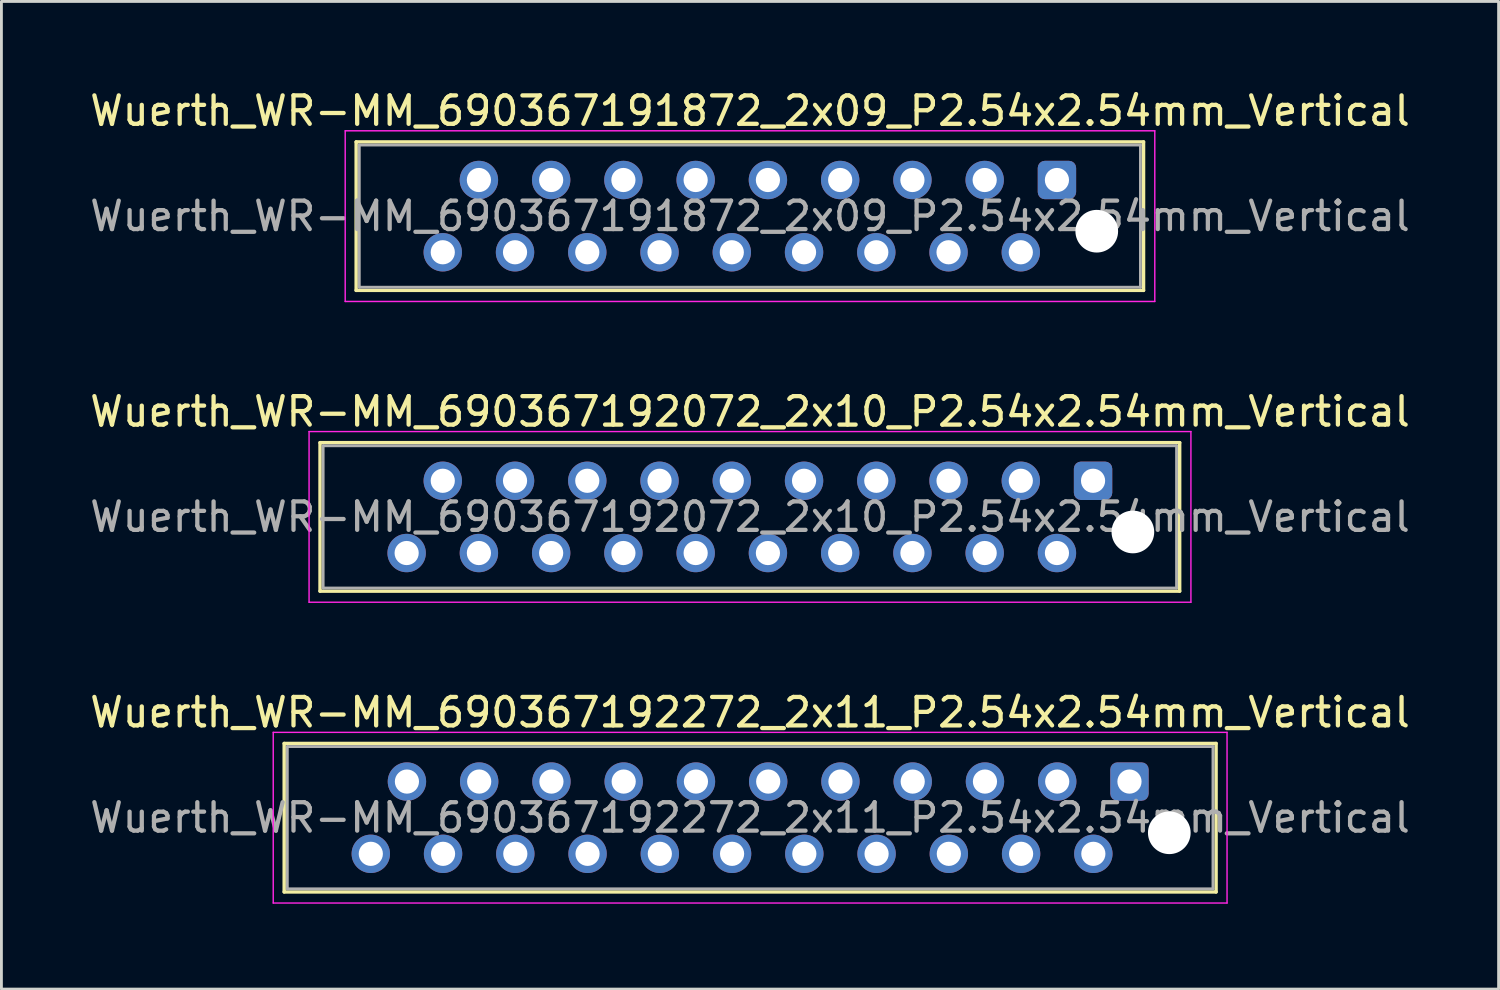
<source format=kicad_pcb>
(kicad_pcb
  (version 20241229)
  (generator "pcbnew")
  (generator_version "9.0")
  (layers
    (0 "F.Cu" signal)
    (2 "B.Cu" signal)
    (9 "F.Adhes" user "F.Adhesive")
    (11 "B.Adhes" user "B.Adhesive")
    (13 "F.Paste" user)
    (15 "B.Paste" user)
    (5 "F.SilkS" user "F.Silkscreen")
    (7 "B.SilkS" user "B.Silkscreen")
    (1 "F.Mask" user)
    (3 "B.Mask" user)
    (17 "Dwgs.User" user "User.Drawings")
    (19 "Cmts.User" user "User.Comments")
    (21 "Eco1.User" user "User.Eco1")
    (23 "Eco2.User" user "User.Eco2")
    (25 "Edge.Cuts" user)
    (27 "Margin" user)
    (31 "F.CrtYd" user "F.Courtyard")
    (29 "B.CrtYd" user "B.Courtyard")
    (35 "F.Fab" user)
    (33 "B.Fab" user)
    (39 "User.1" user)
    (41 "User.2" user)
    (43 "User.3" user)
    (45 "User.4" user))
  (footprint "Wuerth_WR-MM_690367191872_2x09_P2.54x2.54mm_Vertical"
    (layer "F.Cu")
    (at 34.105 3.278)
    (property "Reference" "Wuerth_WR-MM_690367191872_2x09_P2.54x2.54mm_Vertical" (at -10.79 -2.43 0) (layer "F.SilkS") (effects (font (size 1 1) (thickness 0.15))))
    (attr through_hole)
    (fp_line (start -24.635 -1.34) (end 3.045 -1.34) (stroke (width 0.12) (type solid)) (layer "F.SilkS"))
    (fp_line (start -24.635 3.88) (end -24.635 -1.34) (stroke (width 0.12) (type solid)) (layer "F.SilkS"))
    (fp_line (start 3.045 -1.34) (end 3.045 3.88) (stroke (width 0.12) (type solid)) (layer "F.SilkS"))
    (fp_line (start 3.045 3.88) (end -24.635 3.88) (stroke (width 0.12) (type solid)) (layer "F.SilkS"))
    (fp_line (start -25.02 -1.73) (end -25.02 4.27) (stroke (width 0.05) (type solid)) (layer "F.CrtYd"))
    (fp_line (start -25.02 4.27) (end 3.44 4.27) (stroke (width 0.05) (type solid)) (layer "F.CrtYd"))
    (fp_line (start 3.44 -1.73) (end -25.02 -1.73) (stroke (width 0.05) (type solid)) (layer "F.CrtYd"))
    (fp_line (start 3.44 4.27) (end 3.44 -1.73) (stroke (width 0.05) (type solid)) (layer "F.CrtYd"))
    (fp_line (start -24.525 -1.23) (end 2.935 -1.23) (stroke (width 0.1) (type solid)) (layer "F.Fab"))
    (fp_line (start -24.525 3.77) (end -24.525 -1.23) (stroke (width 0.1) (type solid)) (layer "F.Fab"))
    (fp_line (start 2.935 -1.23) (end 2.935 3.77) (stroke (width 0.1) (type solid)) (layer "F.Fab"))
    (fp_line (start 2.935 3.77) (end -24.525 3.77) (stroke (width 0.1) (type solid)) (layer "F.Fab"))
    (fp_text user "${REFERENCE}" (at -10.79 1.27 0) (layer "F.Fab") (effects (font (size 1 1) (thickness 0.15))))
    (pad "" np_thru_hole circle (at 1.4 1.8) (size 1.5 1.5) (drill 1.5) (layers "*.Cu" "*.Mask"))
    (pad "1" thru_hole roundrect (at 0 0) (size 1.35 1.35) (drill 0.85) (layers "*.Cu" "*.Mask") (roundrect_rratio 0.185))
    (pad "2" thru_hole circle (at -1.27 2.54) (size 1.35 1.35) (drill 0.85) (layers "*.Cu" "*.Mask"))
    (pad "3" thru_hole circle (at -2.54 0) (size 1.35 1.35) (drill 0.85) (layers "*.Cu" "*.Mask"))
    (pad "4" thru_hole circle (at -3.81 2.54) (size 1.35 1.35) (drill 0.85) (layers "*.Cu" "*.Mask"))
    (pad "5" thru_hole circle (at -5.08 0) (size 1.35 1.35) (drill 0.85) (layers "*.Cu" "*.Mask"))
    (pad "6" thru_hole circle (at -6.35 2.54) (size 1.35 1.35) (drill 0.85) (layers "*.Cu" "*.Mask"))
    (pad "7" thru_hole circle (at -7.62 0) (size 1.35 1.35) (drill 0.85) (layers "*.Cu" "*.Mask"))
    (pad "8" thru_hole circle (at -8.89 2.54) (size 1.35 1.35) (drill 0.85) (layers "*.Cu" "*.Mask"))
    (pad "9" thru_hole circle (at -10.16 0) (size 1.35 1.35) (drill 0.85) (layers "*.Cu" "*.Mask"))
    (pad "10" thru_hole circle (at -11.43 2.54) (size 1.35 1.35) (drill 0.85) (layers "*.Cu" "*.Mask"))
    (pad "11" thru_hole circle (at -12.7 0) (size 1.35 1.35) (drill 0.85) (layers "*.Cu" "*.Mask"))
    (pad "12" thru_hole circle (at -13.97 2.54) (size 1.35 1.35) (drill 0.85) (layers "*.Cu" "*.Mask"))
    (pad "13" thru_hole circle (at -15.24 0) (size 1.35 1.35) (drill 0.85) (layers "*.Cu" "*.Mask"))
    (pad "14" thru_hole circle (at -16.51 2.54) (size 1.35 1.35) (drill 0.85) (layers "*.Cu" "*.Mask"))
    (pad "15" thru_hole circle (at -17.78 0) (size 1.35 1.35) (drill 0.85) (layers "*.Cu" "*.Mask"))
    (pad "16" thru_hole circle (at -19.05 2.54) (size 1.35 1.35) (drill 0.85) (layers "*.Cu" "*.Mask"))
    (pad "17" thru_hole circle (at -20.32 0) (size 1.35 1.35) (drill 0.85) (layers "*.Cu" "*.Mask"))
    (pad "18" thru_hole circle (at -21.59 2.54) (size 1.35 1.35) (drill 0.85) (layers "*.Cu" "*.Mask")))
  (footprint "Wuerth_WR-MM_690367192272_2x11_P2.54x2.54mm_Vertical"
    (layer "F.Cu")
    (at 36.655 24.425)
    (property "Reference" "Wuerth_WR-MM_690367192272_2x11_P2.54x2.54mm_Vertical" (at -13.34 -2.43 0) (layer "F.SilkS") (effects (font (size 1 1) (thickness 0.15))))
    (attr through_hole)
    (fp_line (start -29.715 -1.34) (end 3.045 -1.34) (stroke (width 0.12) (type solid)) (layer "F.SilkS"))
    (fp_line (start -29.715 3.88) (end -29.715 -1.34) (stroke (width 0.12) (type solid)) (layer "F.SilkS"))
    (fp_line (start 3.045 -1.34) (end 3.045 3.88) (stroke (width 0.12) (type solid)) (layer "F.SilkS"))
    (fp_line (start 3.045 3.88) (end -29.715 3.88) (stroke (width 0.12) (type solid)) (layer "F.SilkS"))
    (fp_line (start -30.1 -1.73) (end -30.1 4.27) (stroke (width 0.05) (type solid)) (layer "F.CrtYd"))
    (fp_line (start -30.1 4.27) (end 3.43 4.27) (stroke (width 0.05) (type solid)) (layer "F.CrtYd"))
    (fp_line (start 3.43 -1.73) (end -30.1 -1.73) (stroke (width 0.05) (type solid)) (layer "F.CrtYd"))
    (fp_line (start 3.43 4.27) (end 3.43 -1.73) (stroke (width 0.05) (type solid)) (layer "F.CrtYd"))
    (fp_line (start -29.605 -1.23) (end 2.935 -1.23) (stroke (width 0.1) (type solid)) (layer "F.Fab"))
    (fp_line (start -29.605 3.77) (end -29.605 -1.23) (stroke (width 0.1) (type solid)) (layer "F.Fab"))
    (fp_line (start 2.935 -1.23) (end 2.935 3.77) (stroke (width 0.1) (type solid)) (layer "F.Fab"))
    (fp_line (start 2.935 3.77) (end -29.605 3.77) (stroke (width 0.1) (type solid)) (layer "F.Fab"))
    (fp_text user "${REFERENCE}" (at -13.34 1.27 0) (layer "F.Fab") (effects (font (size 1 1) (thickness 0.15))))
    (pad "" np_thru_hole circle (at 1.4 1.8) (size 1.5 1.5) (drill 1.5) (layers "*.Cu" "*.Mask"))
    (pad "1" thru_hole roundrect (at 0 0) (size 1.35 1.35) (drill 0.85) (layers "*.Cu" "*.Mask") (roundrect_rratio 0.185))
    (pad "2" thru_hole circle (at -1.27 2.54) (size 1.35 1.35) (drill 0.85) (layers "*.Cu" "*.Mask"))
    (pad "3" thru_hole circle (at -2.54 0) (size 1.35 1.35) (drill 0.85) (layers "*.Cu" "*.Mask"))
    (pad "4" thru_hole circle (at -3.81 2.54) (size 1.35 1.35) (drill 0.85) (layers "*.Cu" "*.Mask"))
    (pad "5" thru_hole circle (at -5.08 0) (size 1.35 1.35) (drill 0.85) (layers "*.Cu" "*.Mask"))
    (pad "6" thru_hole circle (at -6.35 2.54) (size 1.35 1.35) (drill 0.85) (layers "*.Cu" "*.Mask"))
    (pad "7" thru_hole circle (at -7.62 0) (size 1.35 1.35) (drill 0.85) (layers "*.Cu" "*.Mask"))
    (pad "8" thru_hole circle (at -8.89 2.54) (size 1.35 1.35) (drill 0.85) (layers "*.Cu" "*.Mask"))
    (pad "9" thru_hole circle (at -10.16 0) (size 1.35 1.35) (drill 0.85) (layers "*.Cu" "*.Mask"))
    (pad "10" thru_hole circle (at -11.43 2.54) (size 1.35 1.35) (drill 0.85) (layers "*.Cu" "*.Mask"))
    (pad "11" thru_hole circle (at -12.7 0) (size 1.35 1.35) (drill 0.85) (layers "*.Cu" "*.Mask"))
    (pad "12" thru_hole circle (at -13.97 2.54) (size 1.35 1.35) (drill 0.85) (layers "*.Cu" "*.Mask"))
    (pad "13" thru_hole circle (at -15.24 0) (size 1.35 1.35) (drill 0.85) (layers "*.Cu" "*.Mask"))
    (pad "14" thru_hole circle (at -16.51 2.54) (size 1.35 1.35) (drill 0.85) (layers "*.Cu" "*.Mask"))
    (pad "15" thru_hole circle (at -17.78 0) (size 1.35 1.35) (drill 0.85) (layers "*.Cu" "*.Mask"))
    (pad "16" thru_hole circle (at -19.05 2.54) (size 1.35 1.35) (drill 0.85) (layers "*.Cu" "*.Mask"))
    (pad "17" thru_hole circle (at -20.32 0) (size 1.35 1.35) (drill 0.85) (layers "*.Cu" "*.Mask"))
    (pad "18" thru_hole circle (at -21.59 2.54) (size 1.35 1.35) (drill 0.85) (layers "*.Cu" "*.Mask"))
    (pad "19" thru_hole circle (at -22.86 0) (size 1.35 1.35) (drill 0.85) (layers "*.Cu" "*.Mask"))
    (pad "20" thru_hole circle (at -24.13 2.54) (size 1.35 1.35) (drill 0.85) (layers "*.Cu" "*.Mask"))
    (pad "21" thru_hole circle (at -25.4 0) (size 1.35 1.35) (drill 0.85) (layers "*.Cu" "*.Mask"))
    (pad "22" thru_hole circle (at -26.67 2.54) (size 1.35 1.35) (drill 0.85) (layers "*.Cu" "*.Mask")))
  (footprint "Wuerth_WR-MM_690367192072_2x10_P2.54x2.54mm_Vertical"
    (layer "F.Cu")
    (at 35.375 13.851)
    (property "Reference" "Wuerth_WR-MM_690367192072_2x10_P2.54x2.54mm_Vertical" (at -12.06 -2.43 0) (layer "F.SilkS") (effects (font (size 1 1) (thickness 0.15))))
    (attr through_hole)
    (fp_line (start -27.175 -1.34) (end 3.045 -1.34) (stroke (width 0.12) (type solid)) (layer "F.SilkS"))
    (fp_line (start -27.175 3.88) (end -27.175 -1.34) (stroke (width 0.12) (type solid)) (layer "F.SilkS"))
    (fp_line (start 3.045 -1.34) (end 3.045 3.88) (stroke (width 0.12) (type solid)) (layer "F.SilkS"))
    (fp_line (start 3.045 3.88) (end -27.175 3.88) (stroke (width 0.12) (type solid)) (layer "F.SilkS"))
    (fp_line (start -27.56 -1.73) (end -27.56 4.27) (stroke (width 0.05) (type solid)) (layer "F.CrtYd"))
    (fp_line (start -27.56 4.27) (end 3.44 4.27) (stroke (width 0.05) (type solid)) (layer "F.CrtYd"))
    (fp_line (start 3.44 -1.73) (end -27.56 -1.73) (stroke (width 0.05) (type solid)) (layer "F.CrtYd"))
    (fp_line (start 3.44 4.27) (end 3.44 -1.73) (stroke (width 0.05) (type solid)) (layer "F.CrtYd"))
    (fp_line (start -27.065 -1.23) (end 2.935 -1.23) (stroke (width 0.1) (type solid)) (layer "F.Fab"))
    (fp_line (start -27.065 3.77) (end -27.065 -1.23) (stroke (width 0.1) (type solid)) (layer "F.Fab"))
    (fp_line (start 2.935 -1.23) (end 2.935 3.77) (stroke (width 0.1) (type solid)) (layer "F.Fab"))
    (fp_line (start 2.935 3.77) (end -27.065 3.77) (stroke (width 0.1) (type solid)) (layer "F.Fab"))
    (fp_text user "${REFERENCE}" (at -12.06 1.27 0) (layer "F.Fab") (effects (font (size 1 1) (thickness 0.15))))
    (pad "" np_thru_hole circle (at 1.4 1.8) (size 1.5 1.5) (drill 1.5) (layers "*.Cu" "*.Mask"))
    (pad "1" thru_hole roundrect (at 0 0) (size 1.35 1.35) (drill 0.85) (layers "*.Cu" "*.Mask") (roundrect_rratio 0.185))
    (pad "2" thru_hole circle (at -1.27 2.54) (size 1.35 1.35) (drill 0.85) (layers "*.Cu" "*.Mask"))
    (pad "3" thru_hole circle (at -2.54 0) (size 1.35 1.35) (drill 0.85) (layers "*.Cu" "*.Mask"))
    (pad "4" thru_hole circle (at -3.81 2.54) (size 1.35 1.35) (drill 0.85) (layers "*.Cu" "*.Mask"))
    (pad "5" thru_hole circle (at -5.08 0) (size 1.35 1.35) (drill 0.85) (layers "*.Cu" "*.Mask"))
    (pad "6" thru_hole circle (at -6.35 2.54) (size 1.35 1.35) (drill 0.85) (layers "*.Cu" "*.Mask"))
    (pad "7" thru_hole circle (at -7.62 0) (size 1.35 1.35) (drill 0.85) (layers "*.Cu" "*.Mask"))
    (pad "8" thru_hole circle (at -8.89 2.54) (size 1.35 1.35) (drill 0.85) (layers "*.Cu" "*.Mask"))
    (pad "9" thru_hole circle (at -10.16 0) (size 1.35 1.35) (drill 0.85) (layers "*.Cu" "*.Mask"))
    (pad "10" thru_hole circle (at -11.43 2.54) (size 1.35 1.35) (drill 0.85) (layers "*.Cu" "*.Mask"))
    (pad "11" thru_hole circle (at -12.7 0) (size 1.35 1.35) (drill 0.85) (layers "*.Cu" "*.Mask"))
    (pad "12" thru_hole circle (at -13.97 2.54) (size 1.35 1.35) (drill 0.85) (layers "*.Cu" "*.Mask"))
    (pad "13" thru_hole circle (at -15.24 0) (size 1.35 1.35) (drill 0.85) (layers "*.Cu" "*.Mask"))
    (pad "14" thru_hole circle (at -16.51 2.54) (size 1.35 1.35) (drill 0.85) (layers "*.Cu" "*.Mask"))
    (pad "15" thru_hole circle (at -17.78 0) (size 1.35 1.35) (drill 0.85) (layers "*.Cu" "*.Mask"))
    (pad "16" thru_hole circle (at -19.05 2.54) (size 1.35 1.35) (drill 0.85) (layers "*.Cu" "*.Mask"))
    (pad "17" thru_hole circle (at -20.32 0) (size 1.35 1.35) (drill 0.85) (layers "*.Cu" "*.Mask"))
    (pad "18" thru_hole circle (at -21.59 2.54) (size 1.35 1.35) (drill 0.85) (layers "*.Cu" "*.Mask"))
    (pad "19" thru_hole circle (at -22.86 0) (size 1.35 1.35) (drill 0.85) (layers "*.Cu" "*.Mask"))
    (pad "20" thru_hole circle (at -24.13 2.54) (size 1.35 1.35) (drill 0.85) (layers "*.Cu" "*.Mask")))
  (gr_rect
    (start -3 -3)
    (end 49.631 31.72)
    (stroke (width 0.1) (type default))
    (fill no)
    (layer "Edge.Cuts")))
</source>
